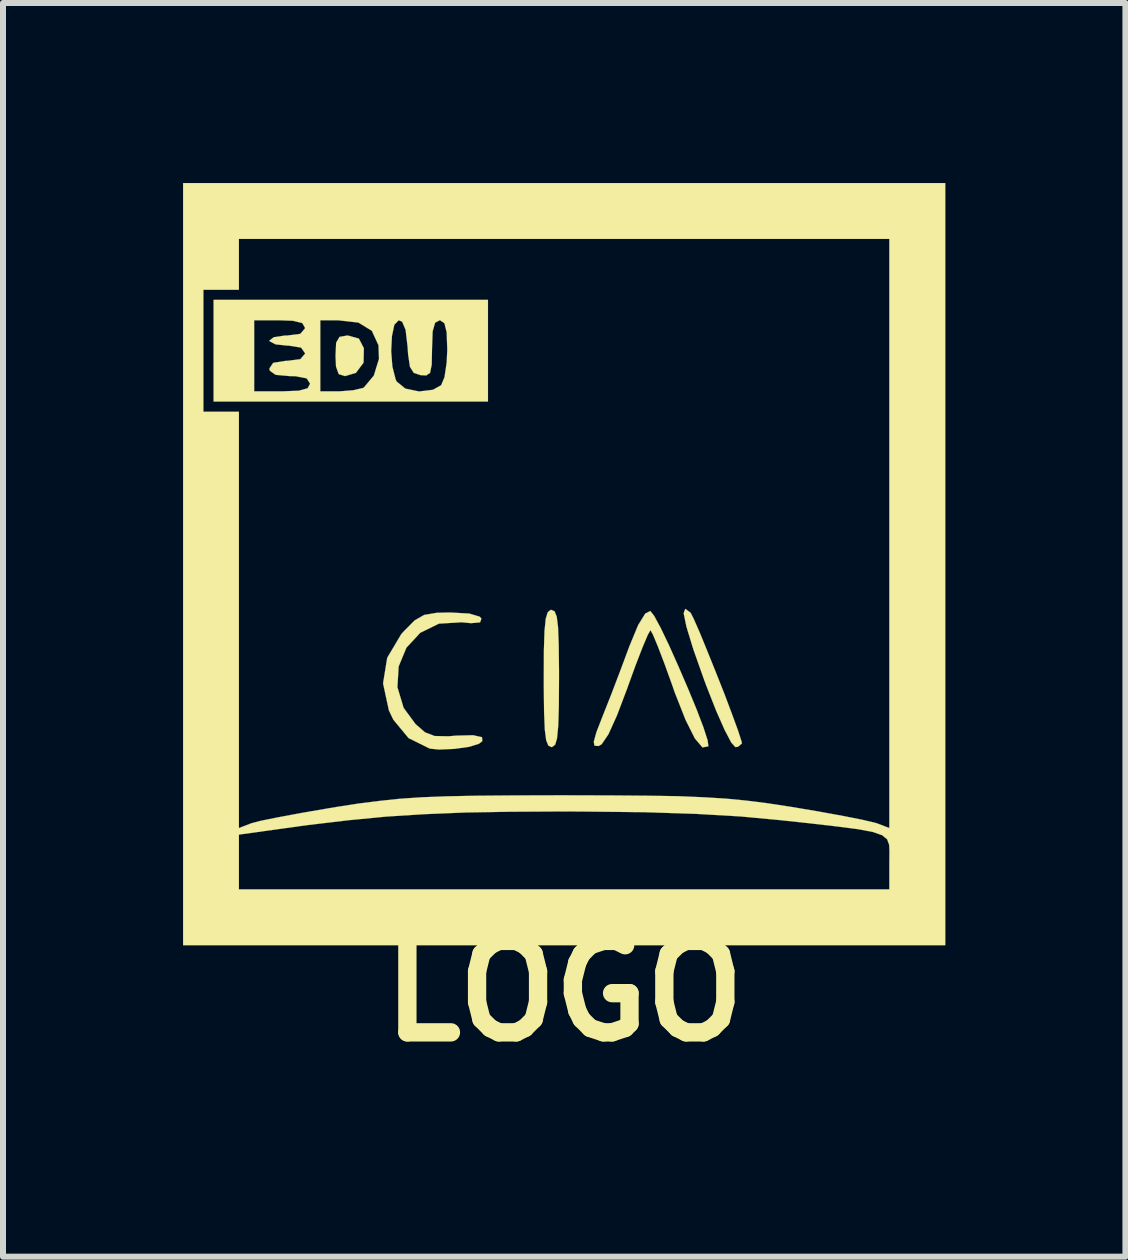
<source format=kicad_pcb>
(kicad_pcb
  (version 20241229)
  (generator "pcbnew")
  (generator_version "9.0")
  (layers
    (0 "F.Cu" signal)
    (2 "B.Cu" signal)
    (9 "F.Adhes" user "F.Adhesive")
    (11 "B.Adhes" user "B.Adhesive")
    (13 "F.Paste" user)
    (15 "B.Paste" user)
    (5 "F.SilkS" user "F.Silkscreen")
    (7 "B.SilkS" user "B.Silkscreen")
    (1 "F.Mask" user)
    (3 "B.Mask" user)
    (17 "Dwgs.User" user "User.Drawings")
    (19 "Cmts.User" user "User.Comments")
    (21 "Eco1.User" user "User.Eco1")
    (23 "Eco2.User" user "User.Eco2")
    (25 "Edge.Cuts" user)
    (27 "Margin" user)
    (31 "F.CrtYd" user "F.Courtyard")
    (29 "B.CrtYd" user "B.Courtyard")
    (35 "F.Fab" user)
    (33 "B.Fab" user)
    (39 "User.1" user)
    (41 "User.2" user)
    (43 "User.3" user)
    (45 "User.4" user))
  (footprint "LOGO"
    (layer "F.Cu")
    (at 6.351 6.351)
    (property "Reference" "LOGO" (at 0 7.112 0) (layer "F.SilkS") (effects (font (size 1.524 1.524) (thickness 0.305))))
    (attr through_hole)
    (fp_poly (pts (xy -3.338 -3.599) (xy -3.343 -3.358) (xy -3.47 -3.188) (xy -3.653 -3.134) (xy -3.757 -3.167) (xy -3.802 -3.292) (xy -3.81 -3.472) (xy -3.8 -3.691) (xy -3.744 -3.787) (xy -3.617 -3.81) (xy -3.602 -3.81) (xy -3.421 -3.759) (xy -3.338 -3.599)) (stroke (width 0.003) (type solid)) (fill yes) (layer "F.SilkS"))
    (fp_poly (pts (xy 2.962 2.987) (xy 2.896 3.043) (xy 2.852 3.048) (xy 2.784 2.972) (xy 2.672 2.758) (xy 2.53 2.436) (xy 2.37 2.029) (xy 2.337 1.941) (xy 2.151 1.415) (xy 2.037 1.041) (xy 1.991 0.818) (xy 2.017 0.744) (xy 2.106 0.808) (xy 2.159 0.912) (xy 2.256 1.133) (xy 2.383 1.443) (xy 2.525 1.796) (xy 2.67 2.162) (xy 2.797 2.499) (xy 2.898 2.776) (xy 2.954 2.949) (xy 2.962 2.987)) (stroke (width 0.003) (type solid)) (fill yes) (layer "F.SilkS"))
    (fp_poly (pts (xy -0.086 1.905) (xy -0.089 2.372) (xy -0.099 2.695) (xy -0.119 2.901) (xy -0.15 3.007) (xy -0.198 3.045) (xy -0.213 3.048) (xy -0.264 3.023) (xy -0.3 2.934) (xy -0.323 2.756) (xy -0.335 2.464) (xy -0.34 2.032) (xy -0.34 1.905) (xy -0.338 1.435) (xy -0.328 1.113) (xy -0.307 0.907) (xy -0.274 0.8) (xy -0.226 0.762) (xy -0.213 0.762) (xy -0.16 0.785) (xy -0.124 0.874) (xy -0.102 1.052) (xy -0.091 1.344) (xy -0.086 1.775) (xy -0.086 1.905)) (stroke (width 0.003) (type solid)) (fill yes) (layer "F.SilkS"))
    (fp_poly (pts (xy -1.364 2.949) (xy -1.42 2.992) (xy -1.582 3.043) (xy -1.831 3.078) (xy -2.085 3.089) (xy -2.24 3.073) (xy -2.593 2.898) (xy -2.847 2.591) (xy -2.921 2.436) (xy -3.018 1.986) (xy -2.949 1.56) (xy -2.715 1.166) (xy -2.667 1.113) (xy -2.492 0.937) (xy -2.334 0.846) (xy -2.123 0.81) (xy -1.902 0.805) (xy -1.58 0.823) (xy -1.405 0.876) (xy -1.379 0.909) (xy -1.402 0.97) (xy -1.552 0.983) (xy -1.709 0.968) (xy -2.088 0.991) (xy -2.398 1.143) (xy -2.629 1.392) (xy -2.758 1.704) (xy -2.779 2.05) (xy -2.675 2.395) (xy -2.477 2.664) (xy -2.319 2.802) (xy -2.159 2.863) (xy -1.93 2.868) (xy -1.801 2.857) (xy -1.519 2.85) (xy -1.369 2.883) (xy -1.364 2.949)) (stroke (width 0.003) (type solid)) (fill yes) (layer "F.SilkS"))
    (fp_poly (pts (xy 2.403 3.035) (xy 2.304 3.053) (xy 2.177 2.903) (xy 2.022 2.593) (xy 1.836 2.121) (xy 1.808 2.037) (xy 1.676 1.671) (xy 1.562 1.372) (xy 1.478 1.171) (xy 1.438 1.1) (xy 1.394 1.176) (xy 1.308 1.379) (xy 1.191 1.681) (xy 1.057 2.05) (xy 1.057 2.052) (xy 0.879 2.522) (xy 0.737 2.835) (xy 0.625 3) (xy 0.574 3.03) (xy 0.505 3.025) (xy 0.493 2.959) (xy 0.538 2.797) (xy 0.645 2.522) (xy 0.79 2.156) (xy 0.953 1.727) (xy 1.085 1.372) (xy 1.232 1.016) (xy 1.351 0.823) (xy 1.435 0.78) (xy 1.499 0.861) (xy 1.608 1.062) (xy 1.748 1.354) (xy 1.902 1.699) (xy 2.06 2.065) (xy 2.205 2.416) (xy 2.319 2.715) (xy 2.39 2.934) (xy 2.403 3.035)) (stroke (width 0.003) (type solid)) (fill yes) (layer "F.SilkS"))
    (fp_poly (pts (xy 6.35 6.35) (xy 5.42 6.35) (xy 5.42 4.801) (xy 5.418 4.737) (xy 5.418 4.397) (xy 5.418 -0.511) (xy 5.418 -5.42) (xy 0 -5.42) (xy -5.42 -5.42) (xy -5.42 -4.996) (xy -5.42 -4.572) (xy -5.715 -4.572) (xy -6.012 -4.572) (xy -6.012 -3.556) (xy -6.012 -2.54) (xy -5.715 -2.54) (xy -5.42 -2.54) (xy -5.42 0.927) (xy -5.42 4.397) (xy -5.215 4.318) (xy -5.06 4.277) (xy -4.773 4.219) (xy -4.392 4.148) (xy -3.952 4.072) (xy -3.797 4.046) (xy -3.424 3.988) (xy -3.081 3.945) (xy -2.741 3.909) (xy -2.375 3.884) (xy -1.956 3.868) (xy -1.455 3.858) (xy -0.846 3.853) (xy -0.097 3.851) (xy 0 3.851) (xy 0.765 3.853) (xy 1.389 3.858) (xy 1.902 3.866) (xy 2.329 3.884) (xy 2.7 3.907) (xy 3.04 3.94) (xy 3.381 3.983) (xy 3.749 4.039) (xy 3.795 4.046) (xy 4.244 4.122) (xy 4.651 4.196) (xy 4.973 4.26) (xy 5.177 4.308) (xy 5.212 4.318) (xy 5.418 4.397) (xy 5.418 4.737) (xy 5.415 4.676) (xy 5.382 4.585) (xy 5.298 4.516) (xy 5.146 4.463) (xy 4.905 4.417) (xy 4.552 4.371) (xy 4.067 4.315) (xy 3.597 4.265) (xy 2.946 4.204) (xy 2.202 4.161) (xy 1.346 4.133) (xy 0.351 4.122) (xy 0 4.12) (xy -0.892 4.125) (xy -1.656 4.138) (xy -2.334 4.166) (xy -2.967 4.206) (xy -3.597 4.267) (xy -4.265 4.346) (xy -4.763 4.415) (xy -5.42 4.506) (xy -5.42 4.961) (xy -5.42 5.418) (xy 0 5.418) (xy 5.418 5.418) (xy 5.418 4.961) (xy 5.42 4.801) (xy 5.42 6.35) (xy 0 6.35) (xy -6.35 6.35) (xy -6.35 0) (xy -6.35 -6.35) (xy 0 -6.35) (xy 6.35 -6.35) (xy 6.35 0) (xy 6.35 6.35)) (stroke (width 0.003) (type solid)) (fill yes) (layer "F.SilkS"))
    (fp_poly (pts (xy -1.27 -2.71) (xy -1.948 -2.71) (xy -1.948 -3.574) (xy -1.958 -3.863) (xy -1.996 -4.016) (xy -2.068 -4.064) (xy -2.075 -4.064) (xy -2.151 -4.023) (xy -2.192 -3.879) (xy -2.202 -3.597) (xy -2.202 -3.594) (xy -2.207 -3.325) (xy -2.235 -3.188) (xy -2.299 -3.145) (xy -2.393 -3.15) (xy -2.507 -3.188) (xy -2.57 -3.289) (xy -2.601 -3.498) (xy -2.609 -3.619) (xy -2.642 -3.904) (xy -2.7 -4.041) (xy -2.758 -4.064) (xy -2.83 -3.99) (xy -2.87 -3.802) (xy -2.883 -3.551) (xy -2.863 -3.294) (xy -2.809 -3.081) (xy -2.791 -3.043) (xy -2.647 -2.926) (xy -2.418 -2.878) (xy -2.187 -2.906) (xy -2.05 -2.982) (xy -1.994 -3.117) (xy -1.958 -3.36) (xy -1.948 -3.574) (xy -1.948 -2.71) (xy -3.086 -2.71) (xy -3.086 -3.421) (xy -3.094 -3.647) (xy -3.205 -3.889) (xy -3.429 -4.026) (xy -3.764 -4.064) (xy -4.064 -4.064) (xy -4.064 -3.472) (xy -4.064 -2.88) (xy -3.747 -2.88) (xy -3.515 -2.898) (xy -3.353 -2.936) (xy -3.338 -2.944) (xy -3.172 -3.142) (xy -3.086 -3.421) (xy -3.086 -2.71) (xy -3.556 -2.71) (xy -4.234 -2.71) (xy -4.234 -3.007) (xy -4.29 -3.096) (xy -4.475 -3.132) (xy -4.572 -3.134) (xy -4.808 -3.155) (xy -4.905 -3.223) (xy -4.912 -3.261) (xy -4.849 -3.355) (xy -4.643 -3.388) (xy -4.615 -3.388) (xy -4.397 -3.416) (xy -4.321 -3.503) (xy -4.318 -3.515) (xy -4.384 -3.609) (xy -4.59 -3.642) (xy -4.615 -3.642) (xy -4.811 -3.663) (xy -4.91 -3.716) (xy -4.912 -3.726) (xy -4.839 -3.782) (xy -4.653 -3.81) (xy -4.615 -3.81) (xy -4.397 -3.838) (xy -4.321 -3.927) (xy -4.318 -3.937) (xy -4.364 -4.018) (xy -4.521 -4.056) (xy -4.742 -4.064) (xy -5.166 -4.064) (xy -5.166 -3.472) (xy -5.166 -2.88) (xy -4.699 -2.88) (xy -4.42 -2.891) (xy -4.275 -2.931) (xy -4.234 -3.007) (xy -4.234 -2.71) (xy -5.842 -2.71) (xy -5.842 -3.556) (xy -5.842 -4.404) (xy -3.556 -4.404) (xy -1.27 -4.404) (xy -1.27 -3.556) (xy -1.27 -2.71)) (stroke (width 0.003) (type solid)) (fill yes) (layer "F.SilkS")))
  (gr_rect
    (start -3 -3)
    (end 15.703 17.89)
    (stroke (width 0.1) (type default))
    (fill no)
    (layer "Edge.Cuts")))
</source>
